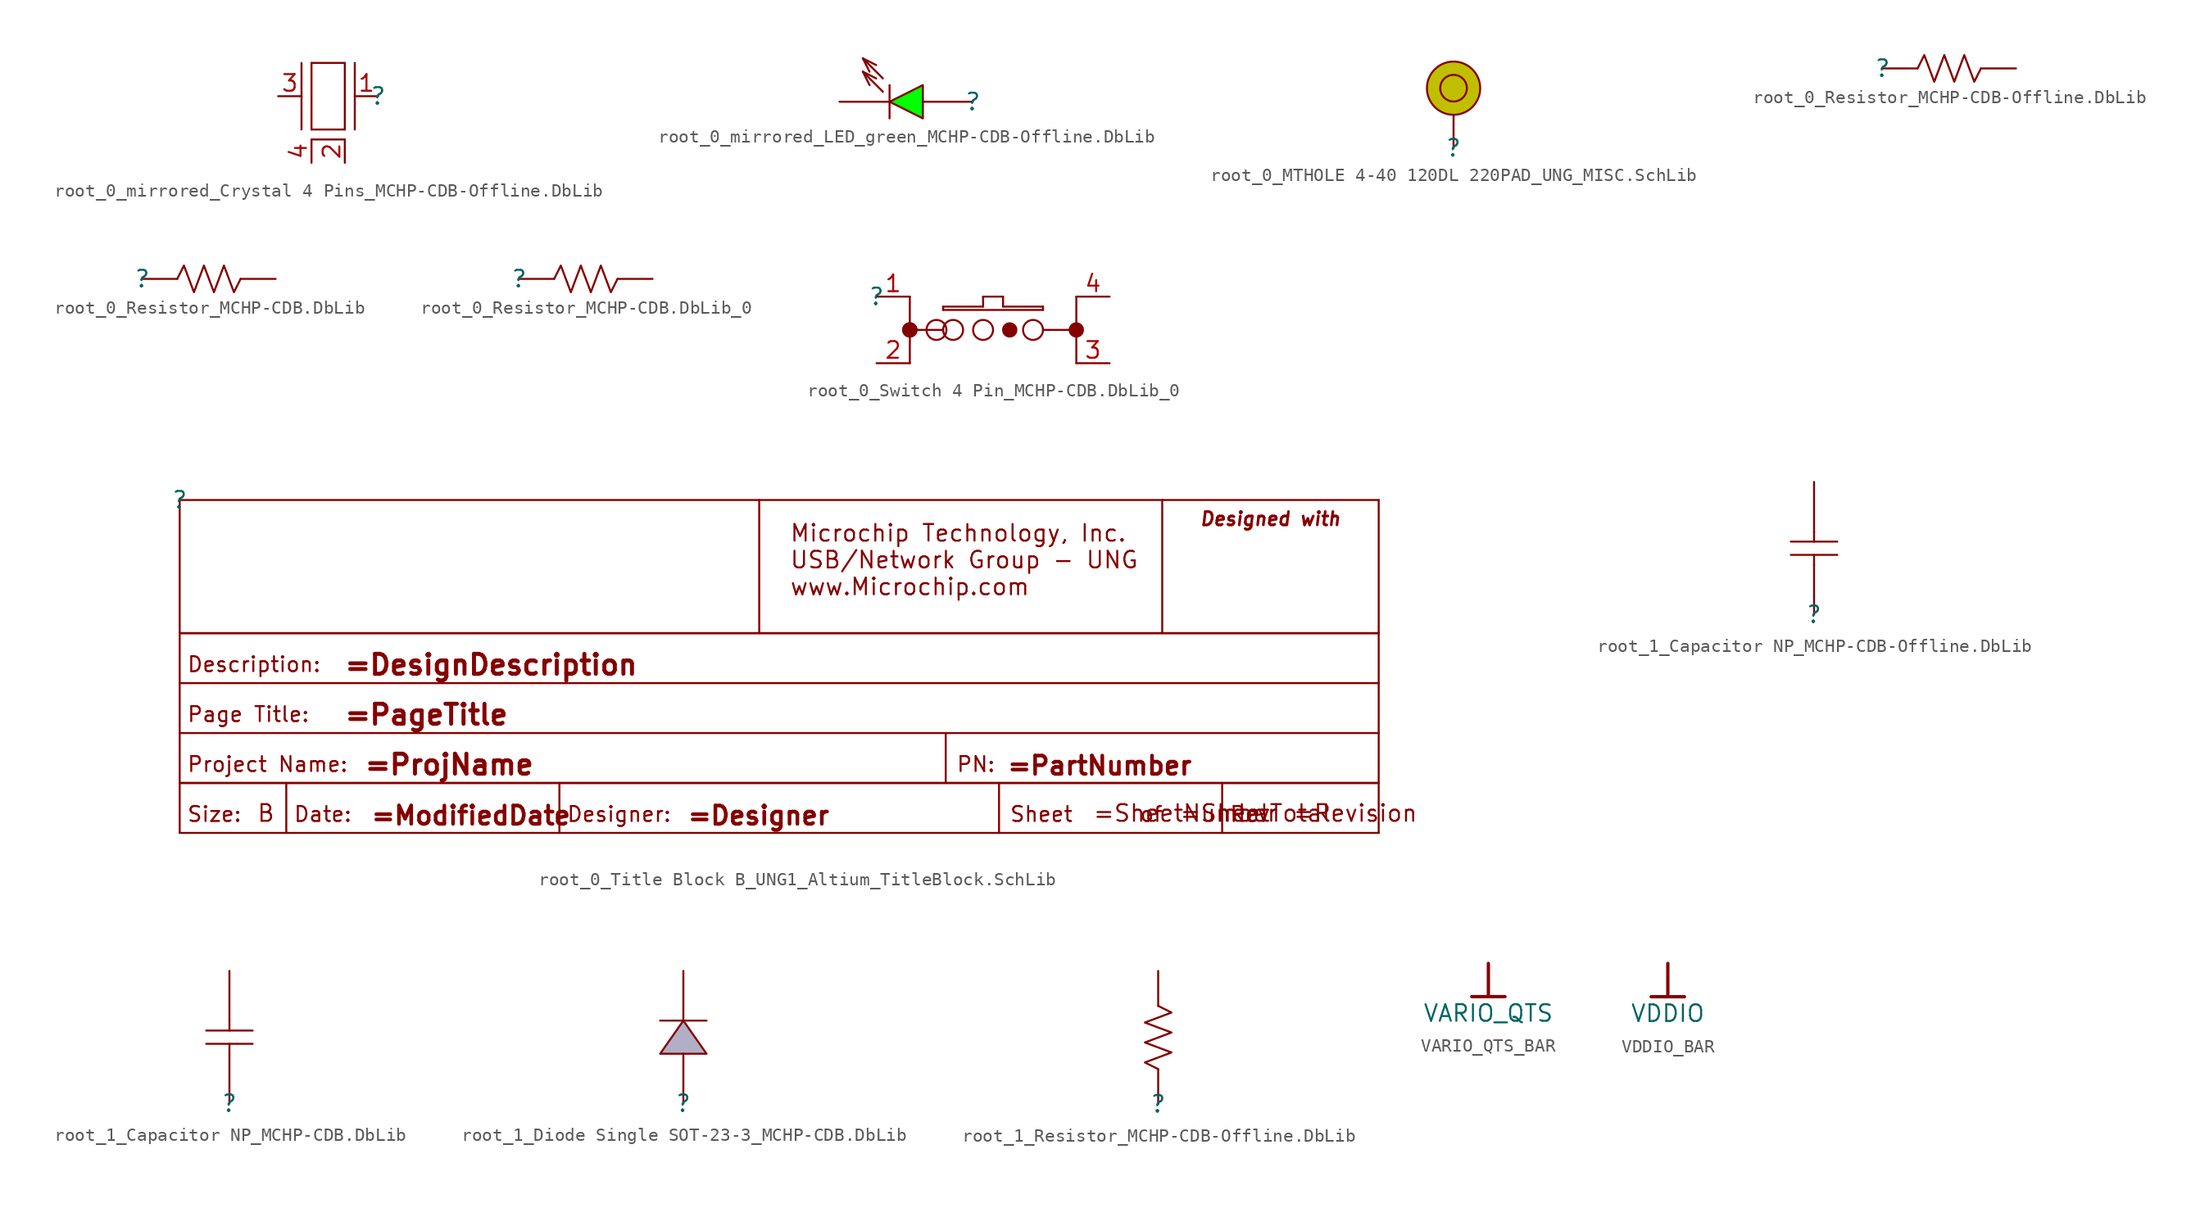
<source format=kicad_sym>
(kicad_symbol_lib
  (version 20241209)
  (generator "kicad_symbol_editor")
  (generator_version "9.0")
  (symbol "root_0_mirrored_Crystal 4 Pins_MCHP-CDB-Offline.DbLib"
    (pin_names
      (hide yes))
    (property "Reference" ""
      (at 0 0 0)
      (effects (font (size 1.27 1.27))))
    (property "Value" ""
      (at 0 0 0)
      (effects (font (size 1.27 1.27))))
    (symbol "root_0_mirrored_Crystal 4 Pins_MCHP-CDB-Offline.DbLib_1_0"
      (polyline (pts (xy -5.842 2.54) (xy -5.842 -2.54)) (stroke (width 0) (type solid)) (fill (type none)))
      (polyline (pts (xy -5.08 2.54) (xy -2.54 2.54)) (stroke (width 0) (type solid)) (fill (type none)))
      (polyline (pts (xy -5.08 -2.54) (xy -5.08 2.54)) (stroke (width 0) (type solid)) (fill (type none)))
      (polyline (pts (xy -2.54 2.54) (xy -2.54 -2.54)) (stroke (width 0) (type solid)) (fill (type none)))
      (polyline (pts (xy -2.54 -2.54) (xy -5.08 -2.54)) (stroke (width 0) (type solid)) (fill (type none)))
      (polyline (pts (xy -2.54 -3.302) (xy -5.08 -3.302)) (stroke (width 0) (type solid)) (fill (type none)))
      (polyline (pts (xy -1.778 2.54) (xy -1.778 -2.54)) (stroke (width 0) (type solid)) (fill (type none)))
      (pin passive line (at -7.62 0 0) (length 1.778) (name "Osc2" (effects (font (size 1.27 1.27)))) (number "3" (effects (font (size 1.27 1.27)))))
      (pin power_in line (at -5.08 -5.08 90) (length 1.778) (name "GND" (effects (font (size 1.27 1.27)))) (number "4" (effects (font (size 1.27 1.27)))))
      (pin power_in line (at -2.54 -5.08 90) (length 1.778) (name "GND" (effects (font (size 1.27 1.27)))) (number "2" (effects (font (size 1.27 1.27)))))
      (pin passive line (at 0 0 180) (length 1.778) (name "Osc1" (effects (font (size 1.27 1.27)))) (number "1" (effects (font (size 1.27 1.27)))))))
  (symbol "root_0_mirrored_LED_green_MCHP-CDB-Offline.DbLib"
    (pin_numbers
      (hide yes))
    (pin_names
      (hide yes))
    (property "Reference" ""
      (at 0 0 0)
      (effects (font (size 1.27 1.27))))
    (property "Value" ""
      (at 0 0 0)
      (effects (font (size 1.27 1.27))))
    (symbol "root_0_mirrored_LED_green_MCHP-CDB-Offline.DbLib_1_0"
      (polyline (pts (xy -8.382 3.302) (xy -6.858 1.778)) (stroke (width 0) (type solid)) (fill (type none)))
      (polyline (pts (xy -8.382 2.286) (xy -6.858 0.762)) (stroke (width 0) (type solid)) (fill (type none)))
      (polyline (pts (xy -7.874 2.286) (xy -8.382 3.302)) (stroke (width 0) (type solid)) (fill (type none)))
      (polyline (pts (xy -7.874 1.27) (xy -8.382 2.286)) (stroke (width 0) (type solid)) (fill (type none)))
      (polyline (pts (xy -7.366 2.794) (xy -8.382 3.302)) (stroke (width 0) (type solid)) (fill (type none)))
      (polyline (pts (xy -7.366 1.778) (xy -8.382 2.286)) (stroke (width 0) (type solid)) (fill (type none)))
      (polyline (pts (xy -6.35 1.27) (xy -6.35 -1.27)) (stroke (width 0) (type solid)) (fill (type none)))
      (polyline (pts (xy -3.81 -1.27) (xy -6.35 0) (xy -3.81 1.27) (xy -3.81 -1.27)) (stroke (width 0) (type solid)) (fill (type color) (color 0 255 0 1)))
      (pin passive line (at -10.16 0 0) (length 3.81) (name "K" (effects (font (size 1.27 1.27)))) (number "2" (effects (font (size 1.27 1.27)))))
      (pin passive line (at 0 0 180) (length 3.81) (name "A" (effects (font (size 1.27 1.27)))) (number "1" (effects (font (size 1.27 1.27)))))))
  (symbol "root_0_MTHOLE 4-40 120DL 220PAD_UNG_MISC.SchLib"
    (pin_numbers
      (hide yes))
    (pin_names
      (hide yes))
    (property "Reference" ""
      (at 0 0 0)
      (effects (font (size 1.27 1.27))))
    (property "Value" ""
      (at 0 0 0)
      (effects (font (size 1.27 1.27))))
    (symbol "root_0_MTHOLE 4-40 120DL 220PAD_UNG_MISC.SchLib_1_0"
      (circle (center 0 4.572) (radius 1.016) (stroke (width 0) (type solid)) (fill (type color) (color 0 0 0 1)))
      (circle (center 0 4.572) (radius 2.032) (stroke (width 0) (type solid)) (fill (type color) (color 191 191 0 1)))
      (pin passive line (at 0 0 90) (length 2.54) (name "1" (effects (font (size 1.27 1.27)))) (number "1" (effects (font (size 1.27 1.27)))))))
  (symbol "root_0_Resistor_MCHP-CDB-Offline.DbLib"
    (pin_numbers
      (hide yes))
    (pin_names
      (hide yes))
    (property "Reference" ""
      (at 0 0 0)
      (effects (font (size 1.27 1.27))))
    (property "Value" ""
      (at 0 0 0)
      (effects (font (size 1.27 1.27))))
    (symbol "root_0_Resistor_MCHP-CDB-Offline.DbLib_1_0"
      (polyline (pts (xy 2.667 0) (xy 3.175 1.016) (xy 3.937 -1.016) (xy 4.699 1.016) (xy 5.461 -1.016) (xy 6.223 1.016) (xy 6.985 -1.016) (xy 7.493 0)) (stroke (width 0) (type solid)) (fill (type none)))
      (pin passive line (at 0 0 0) (length 2.667) (name "1" (effects (font (size 1.27 1.27)))) (number "1" (effects (font (size 1.27 1.27)))))
      (pin passive line (at 10.16 0 180) (length 2.667) (name "2" (effects (font (size 1.27 1.27)))) (number "2" (effects (font (size 1.27 1.27)))))))
  (symbol "root_0_Resistor_MCHP-CDB.DbLib"
    (pin_numbers
      (hide yes))
    (pin_names
      (hide yes))
    (property "Reference" ""
      (at 0 0 0)
      (effects (font (size 1.27 1.27))))
    (property "Value" ""
      (at 0 0 0)
      (effects (font (size 1.27 1.27))))
    (symbol "root_0_Resistor_MCHP-CDB.DbLib_1_0"
      (polyline (pts (xy 2.667 0) (xy 3.175 1.016) (xy 3.937 -1.016) (xy 4.699 1.016) (xy 5.461 -1.016) (xy 6.223 1.016) (xy 6.985 -1.016) (xy 7.493 0)) (stroke (width 0) (type solid)) (fill (type none)))
      (pin passive line (at 0 0 0) (length 2.667) (name "1" (effects (font (size 1.27 1.27)))) (number "1" (effects (font (size 1.27 1.27)))))
      (pin passive line (at 10.16 0 180) (length 2.667) (name "2" (effects (font (size 1.27 1.27)))) (number "2" (effects (font (size 1.27 1.27)))))))
  (symbol "root_0_Resistor_MCHP-CDB.DbLib_0"
    (pin_numbers
      (hide yes))
    (pin_names
      (hide yes))
    (property "Reference" ""
      (at 0 0 0)
      (effects (font (size 1.27 1.27))))
    (property "Value" ""
      (at 0 0 0)
      (effects (font (size 1.27 1.27))))
    (symbol "root_0_Resistor_MCHP-CDB.DbLib_0_1_0"
      (polyline (pts (xy 2.667 0) (xy 3.175 1.016) (xy 3.937 -1.016) (xy 4.699 1.016) (xy 5.461 -1.016) (xy 6.223 1.016) (xy 6.985 -1.016) (xy 7.493 0)) (stroke (width 0) (type solid)) (fill (type none)))
      (pin passive line (at 0 0 0) (length 2.667) (name "1" (effects (font (size 1.27 1.27)))) (number "1" (effects (font (size 1.27 1.27)))))
      (pin passive line (at 10.16 0 180) (length 2.667) (name "2" (effects (font (size 1.27 1.27)))) (number "2" (effects (font (size 1.27 1.27)))))))
  (symbol "root_0_Switch 4 Pin_MCHP-CDB.DbLib_0"
    (pin_names
      (hide yes))
    (property "Reference" ""
      (at 0 0 0)
      (effects (font (size 1.27 1.27))))
    (property "Value" ""
      (at 0 0 0)
      (effects (font (size 1.27 1.27))))
    (symbol "root_0_Switch 4 Pin_MCHP-CDB.DbLib_0_1_0"
      (polyline (pts (xy 2.54 0) (xy 2.54 -5.08)) (stroke (width 0) (type solid)) (fill (type none)))
      (circle (center 2.54 -2.54) (radius 0.508) (stroke (width 0) (type solid)) (fill (type outline)))
      (circle (center 2.54 -2.54) (radius 0.508) (stroke (width 0) (type solid)) (fill (type outline)))
      (circle (center 4.572 -2.54) (radius 0.762) (stroke (width 0) (type solid)) (fill (type none)))
      (polyline (pts (xy 5.08 -0.762) (xy 5.08 -1.016)) (stroke (width 0) (type solid)) (fill (type none)))
      (polyline (pts (xy 5.08 -1.016) (xy 12.7 -1.016)) (stroke (width 0) (type solid)) (fill (type none)))
      (polyline (pts (xy 5.08 -2.54) (xy 2.54 -2.54)) (stroke (width 0) (type solid)) (fill (type none)))
      (circle (center 5.842 -2.54) (radius 0.762) (stroke (width 0) (type solid)) (fill (type none)))
      (polyline (pts (xy 8.128 0) (xy 8.128 -0.762)) (stroke (width 0) (type solid)) (fill (type none)))
      (polyline (pts (xy 8.128 -0.762) (xy 5.08 -0.762)) (stroke (width 0) (type solid)) (fill (type none)))
      (circle (center 8.128 -2.54) (radius 0.762) (stroke (width 0) (type solid)) (fill (type none)))
      (polyline (pts (xy 9.652 0) (xy 8.128 0)) (stroke (width 0) (type solid)) (fill (type none)))
      (polyline (pts (xy 9.652 -0.762) (xy 9.652 0)) (stroke (width 0) (type solid)) (fill (type none)))
      (circle (center 10.16 -2.54) (radius 0.508) (stroke (width 0) (type solid)) (fill (type outline)))
      (circle (center 11.938 -2.54) (radius 0.762) (stroke (width 0) (type solid)) (fill (type none)))
      (polyline (pts (xy 12.7 -0.762) (xy 9.652 -0.762)) (stroke (width 0) (type solid)) (fill (type none)))
      (polyline (pts (xy 12.7 -1.016) (xy 12.7 -0.762)) (stroke (width 0) (type solid)) (fill (type none)))
      (polyline (pts (xy 12.7 -2.54) (xy 15.24 -2.54)) (stroke (width 0) (type solid)) (fill (type none)))
      (polyline (pts (xy 15.24 0) (xy 15.24 -5.08)) (stroke (width 0) (type solid)) (fill (type none)))
      (circle (center 15.24 -2.54) (radius 0.508) (stroke (width 0) (type solid)) (fill (type outline)))
      (pin passive line (at 0 0 0) (length 2.54) (name "1" (effects (font (size 1.27 1.27)))) (number "1" (effects (font (size 1.27 1.27)))))
      (pin passive line (at 0 -5.08 0) (length 2.54) (name "2" (effects (font (size 1.27 1.27)))) (number "2" (effects (font (size 1.27 1.27)))))
      (pin passive line (at 17.78 0 180) (length 2.54) (name "4" (effects (font (size 1.27 1.27)))) (number "4" (effects (font (size 1.27 1.27)))))
      (pin passive line (at 17.78 -5.08 180) (length 2.54) (name "3" (effects (font (size 1.27 1.27)))) (number "3" (effects (font (size 1.27 1.27)))))))
  (symbol "root_0_Title Block B_UNG1_Altium_TitleBlock.SchLib"
    (pin_numbers
      (hide yes))
    (pin_names
      (hide yes))
    (property "Reference" ""
      (at 0 0 0)
      (effects (font (size 1.27 1.27))))
    (property "Value" ""
      (at 0 0 0)
      (effects (font (size 1.27 1.27))))
    (symbol "root_0_Title Block B_UNG1_Altium_TitleBlock.SchLib_1_0"
      (polyline (pts (xy 0 0) (xy 0 -25.4)) (stroke (width 0) (type solid)) (fill (type none)))
      (polyline (pts (xy 0 0) (xy 91.44 0)) (stroke (width 0) (type solid)) (fill (type none)))
      (polyline (pts (xy 0 -10.16) (xy 91.44 -10.16)) (stroke (width 0) (type solid)) (fill (type none)))
      (polyline (pts (xy 0 -10.16) (xy 91.44 -10.16)) (stroke (width 0) (type solid)) (fill (type none)))
      (polyline (pts (xy 0 -13.97) (xy 91.44 -13.97)) (stroke (width 0) (type solid)) (fill (type none)))
      (polyline (pts (xy 0 -17.78) (xy 91.44 -17.78)) (stroke (width 0) (type solid)) (fill (type none)))
      (polyline (pts (xy 0 -21.59) (xy 91.44 -21.59)) (stroke (width 0) (type solid)) (fill (type none)))
      (polyline (pts (xy 0 -21.59) (xy 91.44 -21.59)) (stroke (width 0) (type solid)) (fill (type none)))
      (polyline (pts (xy 0 -25.4) (xy 91.44 -25.4)) (stroke (width 0) (type solid)) (fill (type none)))
      (polyline (pts (xy 8.128 -21.59) (xy 8.128 -25.4)) (stroke (width 0) (type solid)) (fill (type none)))
      (polyline (pts (xy 28.956 -21.59) (xy 28.956 -25.4)) (stroke (width 0) (type solid)) (fill (type none)))
      (polyline (pts (xy 44.196 0) (xy 44.196 -10.16)) (stroke (width 0) (type solid)) (fill (type none)))
      (polyline (pts (xy 58.42 -17.78) (xy 58.42 -21.59)) (stroke (width 0) (type solid)) (fill (type none)))
      (polyline (pts (xy 62.484 -21.59) (xy 62.484 -25.4)) (stroke (width 0) (type solid)) (fill (type none)))
      (polyline (pts (xy 74.93 0) (xy 74.93 -10.16)) (stroke (width 0) (type solid)) (fill (type none)))
      (polyline (pts (xy 79.502 -21.59) (xy 79.502 -25.4)) (stroke (width 0) (type solid)) (fill (type none)))
      (polyline (pts (xy 91.44 0) (xy 91.44 -25.4)) (stroke (width 0) (type solid)) (fill (type none)))
      (text "Description:" (at 0.508 -13.208 0) (effects (font (size 1.143 1.143)) (justify left bottom)))
      (text "Page Title:" (at 0.508 -17.018 0) (effects (font (size 1.143 1.143)) (justify left bottom)))
      (text "Project Name:" (at 0.508 -20.828 0) (effects (font (size 1.143 1.143)) (justify left bottom)))
      (text "Size:" (at 0.508 -24.638 0) (effects (font (size 1.143 1.143)) (justify left bottom)))
      (text "B" (at 5.842 -24.638 0) (effects (font (size 1.27 1.27)) (justify left bottom)))
      (text "Date:" (at 8.636 -24.638 0) (effects (font (size 1.143 1.143)) (justify left bottom)))
      (text "=DesignDescription" (at 12.446 -13.462 0) (effects (font (size 1.524 1.524) (thickness 0.305) (bold yes)) (justify left bottom)))
      (text "=PageTitle" (at 12.446 -17.272 0) (effects (font (size 1.524 1.524) (thickness 0.305) (bold yes)) (justify left bottom)))
      (text "=ProjName" (at 13.97 -21.082 0) (effects (font (size 1.524 1.524) (thickness 0.305) (bold yes)) (justify left bottom)))
      (text "=ModifiedDate" (at 14.478 -24.892 0) (effects (font (size 1.397 1.397) (thickness 0.279) (bold yes)) (justify left bottom)))
      (text "Designer:" (at 29.464 -24.638 0) (effects (font (size 1.143 1.143)) (justify left bottom)))
      (text "=Designer" (at 38.608 -24.892 0) (effects (font (size 1.397 1.397) (thickness 0.279) (bold yes)) (justify left bottom)))
      (text "PN:" (at 59.182 -20.828 0) (effects (font (size 1.143 1.143)) (justify left bottom)))
      (text "=PartNumber" (at 62.992 -21.082 0) (effects (font (size 1.397 1.397) (thickness 0.279) (bold yes)) (justify left bottom)))
      (text "Sheet" (at 63.246 -24.638 0) (effects (font (size 1.143 1.143)) (justify left bottom)))
      (text "=SheetNumber" (at 69.596 -24.638 0) (effects (font (size 1.27 1.27)) (justify left bottom)))
      (text "of" (at 73.152 -24.638 0) (effects (font (size 1.143 1.143)) (justify left bottom)))
      (text "=SheetTotal" (at 76.2 -24.638 0) (effects (font (size 1.27 1.27)) (justify left bottom)))
      (text "Designed with" (at 77.724 -2.032 0) (effects (font (size 1.016 1.016) (thickness 0.203) (bold yes) (italic yes)) (justify left bottom)))
      (text "Rev" (at 80.01 -24.638 0) (effects (font (size 1.143 1.143)) (justify left bottom)))
      (text "=Revision" (at 84.836 -24.638 0) (effects (font (size 1.27 1.27)) (justify left bottom)))
      (text_box "Microchip Technology, Inc.\nUSB/Network Group - UNG\nwww.Microchip.com" (at 74.168 -0.762 0) (size -28.702 -8.89) (margins 1.016 1.016 1.016 1.016) (stroke (width -0.0001) (type default)) (fill (type color) (color 255 255 255 1)) (effects (font (size 1.27 1.27)) (justify left top)))))
  (symbol "root_1_Capacitor NP_MCHP-CDB-Offline.DbLib"
    (pin_numbers
      (hide yes))
    (pin_names
      (hide yes))
    (property "Reference" ""
      (at 0 0 0)
      (effects (font (size 1.27 1.27))))
    (property "Value" ""
      (at 0 0 0)
      (effects (font (size 1.27 1.27))))
    (symbol "root_1_Capacitor NP_MCHP-CDB-Offline.DbLib_1_0"
      (polyline (pts (xy -1.778 5.588) (xy 1.778 5.588)) (stroke (width 0) (type solid)) (fill (type none)))
      (polyline (pts (xy -1.778 4.572) (xy 1.778 4.572)) (stroke (width 0) (type solid)) (fill (type none)))
      (polyline (pts (xy 0 6.35) (xy 0 5.588)) (stroke (width 0) (type solid)) (fill (type none)))
      (polyline (pts (xy 0 3.81) (xy 0 4.572)) (stroke (width 0) (type solid)) (fill (type none)))
      (pin passive line (at 0 10.16 270) (length 3.81) (name "2" (effects (font (size 1.27 1.27)))) (number "2" (effects (font (size 1.27 1.27)))))
      (pin passive line (at 0 0 90) (length 3.81) (name "1" (effects (font (size 1.27 1.27)))) (number "1" (effects (font (size 1.27 1.27)))))))
  (symbol "root_1_Capacitor NP_MCHP-CDB.DbLib"
    (pin_numbers
      (hide yes))
    (pin_names
      (hide yes))
    (property "Reference" ""
      (at 0 0 0)
      (effects (font (size 1.27 1.27))))
    (property "Value" ""
      (at 0 0 0)
      (effects (font (size 1.27 1.27))))
    (symbol "root_1_Capacitor NP_MCHP-CDB.DbLib_1_0"
      (polyline (pts (xy -1.778 5.588) (xy 1.778 5.588)) (stroke (width 0) (type solid)) (fill (type none)))
      (polyline (pts (xy -1.778 4.572) (xy 1.778 4.572)) (stroke (width 0) (type solid)) (fill (type none)))
      (polyline (pts (xy 0 6.35) (xy 0 5.588)) (stroke (width 0) (type solid)) (fill (type none)))
      (polyline (pts (xy 0 3.81) (xy 0 4.572)) (stroke (width 0) (type solid)) (fill (type none)))
      (pin passive line (at 0 10.16 270) (length 3.81) (name "2" (effects (font (size 1.27 1.27)))) (number "2" (effects (font (size 1.27 1.27)))))
      (pin passive line (at 0 0 90) (length 3.81) (name "1" (effects (font (size 1.27 1.27)))) (number "1" (effects (font (size 1.27 1.27)))))))
  (symbol "root_1_Diode Single SOT-23-3_MCHP-CDB.DbLib"
    (pin_numbers
      (hide yes))
    (pin_names
      (hide yes))
    (property "Reference" ""
      (at 0 0 0)
      (effects (font (size 1.27 1.27))))
    (property "Value" ""
      (at 0 0 0)
      (effects (font (size 1.27 1.27))))
    (symbol "root_1_Diode Single SOT-23-3_MCHP-CDB.DbLib_1_0"
      (polyline (pts (xy -1.778 6.35) (xy 1.778 6.35)) (stroke (width 0) (type solid)) (fill (type none)))
      (polyline (pts (xy 0 6.35) (xy 1.778 3.81) (xy -1.778 3.81) (xy 0 6.35) (xy 0 6.35)) (stroke (width 0) (type solid)) (fill (type color) (color 176 175 197 1)))
      (pin passive line (at 0 10.16 270) (length 3.81) (name "K" (effects (font (size 1.27 1.27)))) (number "3" (effects (font (size 1.27 1.27)))))
      (pin passive line (at 0 0 90) (length 3.81) (name "A" (effects (font (size 1.27 1.27)))) (number "1" (effects (font (size 1.27 1.27)))))))
  (symbol "root_1_Resistor_MCHP-CDB-Offline.DbLib"
    (pin_numbers
      (hide yes))
    (pin_names
      (hide yes))
    (property "Reference" ""
      (at 0 0 0)
      (effects (font (size 1.27 1.27))))
    (property "Value" ""
      (at 0 0 0)
      (effects (font (size 1.27 1.27))))
    (symbol "root_1_Resistor_MCHP-CDB-Offline.DbLib_1_0"
      (polyline (pts (xy 0 2.667) (xy -1.016 3.175) (xy 1.016 3.937) (xy -1.016 4.699) (xy 1.016 5.461) (xy -1.016 6.223) (xy 1.016 6.985) (xy 0 7.493)) (stroke (width 0) (type solid)) (fill (type none)))
      (pin passive line (at 0 10.16 270) (length 2.667) (name "2" (effects (font (size 1.27 1.27)))) (number "2" (effects (font (size 1.27 1.27)))))
      (pin passive line (at 0 0 90) (length 2.667) (name "1" (effects (font (size 1.27 1.27)))) (number "1" (effects (font (size 1.27 1.27)))))))
  (symbol "VARIO_QTS_BAR"
    (power)
    (property "Reference" "#PWR"
      (at 0 0 0)
      (effects (font (size 1.27 1.27)) (hide yes)))
    (property "Value" "VARIO_QTS"
      (at 0 -3.81 0)
      (effects (font (size 1.27 1.27))))
    (symbol "VARIO_QTS_BAR_0_0"
      (polyline (pts (xy -1.27 -2.54) (xy 1.27 -2.54)) (stroke (width 0.254) (type solid)) (fill (type none)))
      (polyline (pts (xy 0 0) (xy 0 -2.54)) (stroke (width 0.254) (type solid)) (fill (type none)))
      (pin power_in line (at 0 0 0) (length 0) (hide yes) (name "VARIO_QTS" (effects (font (size 1.27 1.27)))) (number "" (effects (font (size 1.27 1.27)))))))
  (symbol "VDDIO_BAR"
    (power)
    (property "Reference" "#PWR"
      (at 0 0 0)
      (effects (font (size 1.27 1.27)) (hide yes)))
    (property "Value" "VDDIO"
      (at 0 -3.81 0)
      (effects (font (size 1.27 1.27))))
    (symbol "VDDIO_BAR_0_0"
      (polyline (pts (xy -1.27 -2.54) (xy 1.27 -2.54)) (stroke (width 0.254) (type solid)) (fill (type none)))
      (polyline (pts (xy 0 0) (xy 0 -2.54)) (stroke (width 0.254) (type solid)) (fill (type none)))
      (pin power_in line (at 0 0 0) (length 0) (hide yes) (name "VDDIO" (effects (font (size 1.27 1.27)))) (number "" (effects (font (size 1.27 1.27))))))))
</source>
